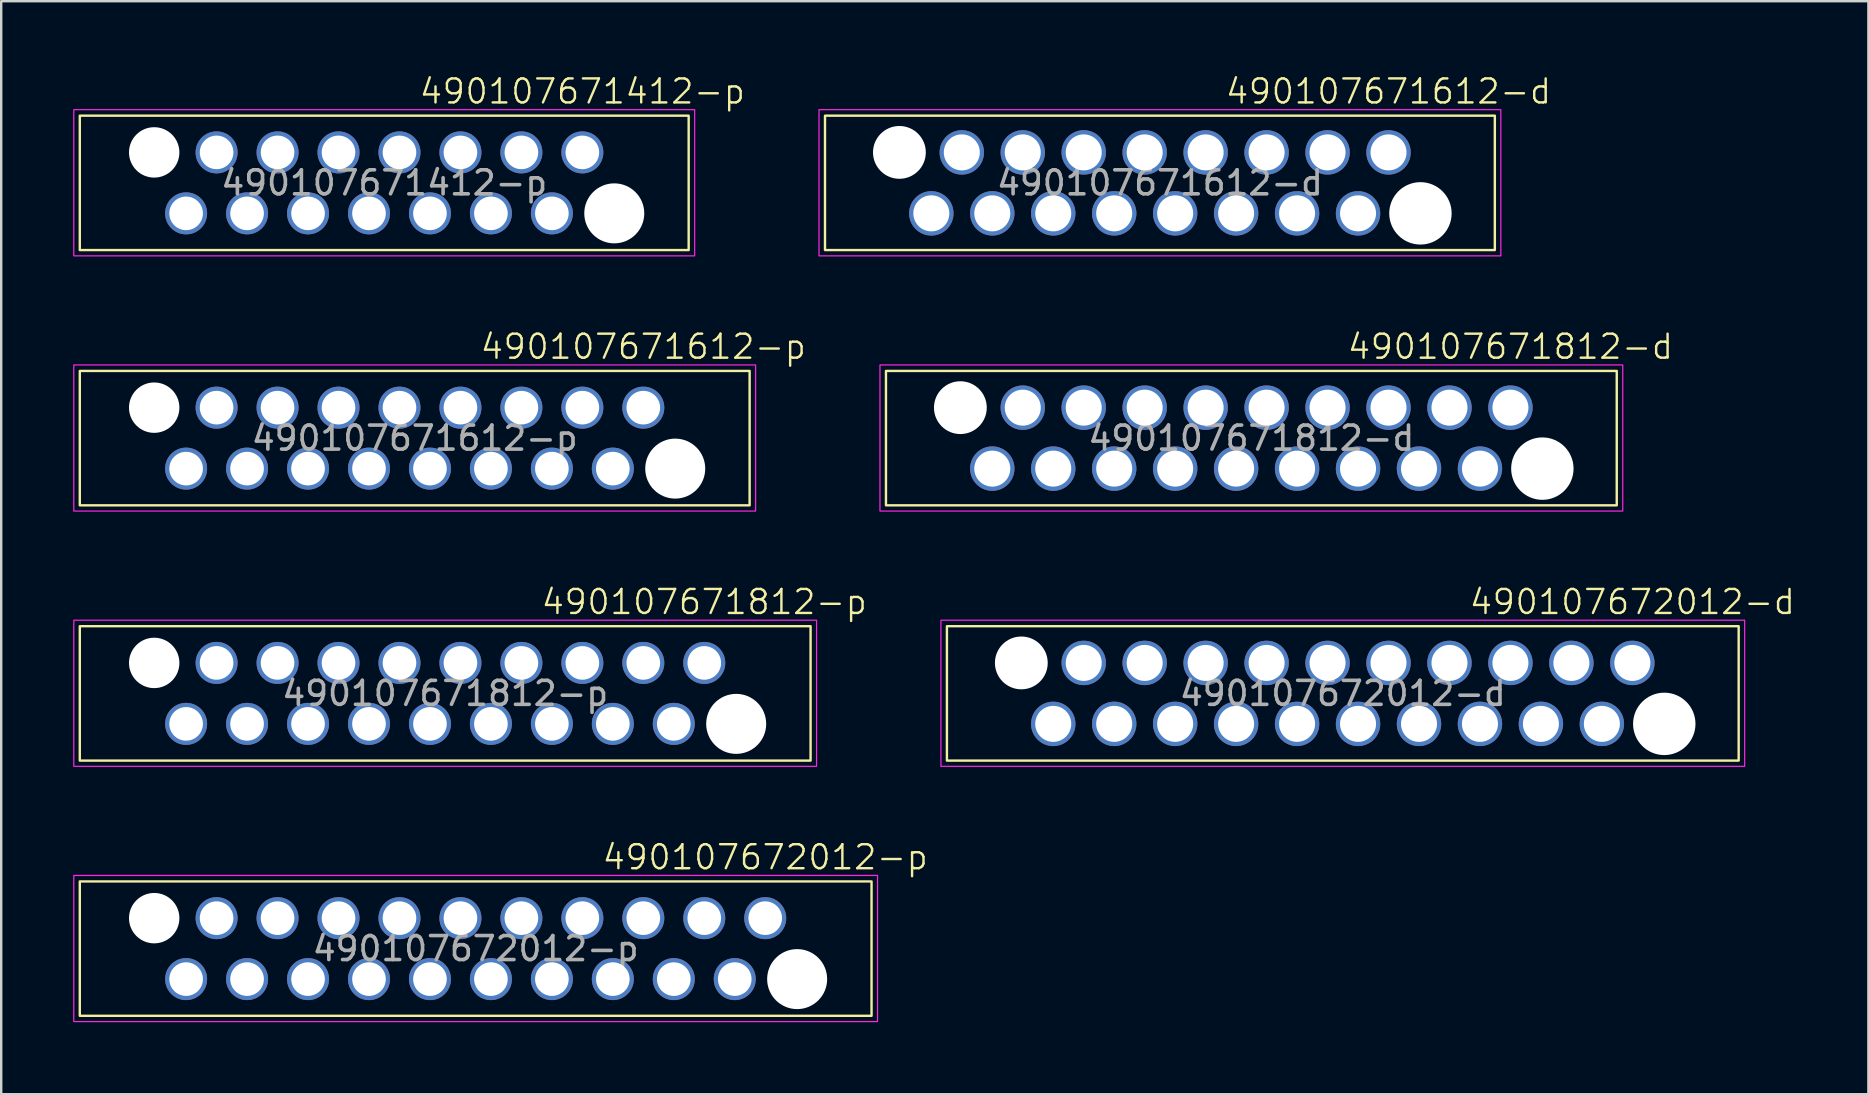
<source format=kicad_pcb>
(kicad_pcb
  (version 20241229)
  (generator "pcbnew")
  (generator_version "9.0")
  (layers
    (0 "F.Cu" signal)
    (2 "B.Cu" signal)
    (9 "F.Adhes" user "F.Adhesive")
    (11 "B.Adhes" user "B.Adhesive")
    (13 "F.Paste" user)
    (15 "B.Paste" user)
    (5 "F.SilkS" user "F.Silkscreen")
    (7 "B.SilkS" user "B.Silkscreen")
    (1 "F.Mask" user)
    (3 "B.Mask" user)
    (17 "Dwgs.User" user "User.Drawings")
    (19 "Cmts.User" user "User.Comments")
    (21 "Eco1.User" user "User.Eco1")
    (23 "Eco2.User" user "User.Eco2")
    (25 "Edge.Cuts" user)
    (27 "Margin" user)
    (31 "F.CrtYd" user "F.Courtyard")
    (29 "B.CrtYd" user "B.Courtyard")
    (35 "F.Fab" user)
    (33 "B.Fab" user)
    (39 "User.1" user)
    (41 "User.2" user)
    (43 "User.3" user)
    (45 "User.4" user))
  (footprint "490107672012-d"
    (layer "F.Cu")
    (at 64.966 24.572)
    (property "Reference" "490107672012-d" (at 0 -2.54 0) (unlocked yes) (layer "F.SilkS") (effects (font (size 1 1) (thickness 0.1))))
    (attr through_hole exclude_from_pos_files exclude_from_bom)
    (fp_rect (start -28.56 -1.53) (end 4.43 4.07) (stroke (width 0.1) (type default)) (fill no) (layer "F.SilkS"))
    (fp_rect (start -28.81 -1.78) (end 4.68 4.31) (stroke (width 0.05) (type default)) (fill no) (layer "F.CrtYd"))
    (fp_text user "${REFERENCE}" (at -12.065 1.27 0) (unlocked yes) (layer "F.Fab") (effects (font (size 1 1) (thickness 0.15))))
    (pad "" np_thru_hole circle (at -25.46 0) (size 2.2 2.2) (drill 2.2) (layers "*.Cu" "*.Mask"))
    (pad "" np_thru_hole circle (at 1.33 2.54) (size 2.6 2.6) (drill 2.6) (layers "*.Cu" "*.Mask"))
    (pad "1" thru_hole circle (at 0 0) (size 1.85 1.85) (drill 1.5) (layers "*.Cu" "*.Mask"))
    (pad "2" thru_hole circle (at -1.27 2.54) (size 1.85 1.85) (drill 1.5) (layers "*.Cu" "*.Mask"))
    (pad "3" thru_hole circle (at -2.54 0) (size 1.85 1.85) (drill 1.5) (layers "*.Cu" "*.Mask"))
    (pad "4" thru_hole circle (at -3.81 2.54) (size 1.85 1.85) (drill 1.5) (layers "*.Cu" "*.Mask"))
    (pad "5" thru_hole circle (at -5.08 0) (size 1.85 1.85) (drill 1.5) (layers "*.Cu" "*.Mask"))
    (pad "6" thru_hole circle (at -6.35 2.54) (size 1.85 1.85) (drill 1.5) (layers "*.Cu" "*.Mask"))
    (pad "7" thru_hole circle (at -7.62 0) (size 1.85 1.85) (drill 1.5) (layers "*.Cu" "*.Mask"))
    (pad "8" thru_hole circle (at -8.89 2.54) (size 1.85 1.85) (drill 1.5) (layers "*.Cu" "*.Mask"))
    (pad "9" thru_hole circle (at -10.16 0) (size 1.85 1.85) (drill 1.5) (layers "*.Cu" "*.Mask"))
    (pad "10" thru_hole circle (at -11.43 2.54) (size 1.85 1.85) (drill 1.5) (layers "*.Cu" "*.Mask"))
    (pad "11" thru_hole circle (at -12.7 0) (size 1.85 1.85) (drill 1.5) (layers "*.Cu" "*.Mask"))
    (pad "12" thru_hole circle (at -13.97 2.54) (size 1.85 1.85) (drill 1.5) (layers "*.Cu" "*.Mask"))
    (pad "13" thru_hole circle (at -15.24 0) (size 1.85 1.85) (drill 1.5) (layers "*.Cu" "*.Mask"))
    (pad "14" thru_hole circle (at -16.51 2.54) (size 1.85 1.85) (drill 1.5) (layers "*.Cu" "*.Mask"))
    (pad "15" thru_hole circle (at -17.78 0) (size 1.85 1.85) (drill 1.5) (layers "*.Cu" "*.Mask"))
    (pad "16" thru_hole circle (at -19.05 2.54) (size 1.85 1.85) (drill 1.5) (layers "*.Cu" "*.Mask"))
    (pad "17" thru_hole circle (at -20.32 0) (size 1.85 1.85) (drill 1.5) (layers "*.Cu" "*.Mask"))
    (pad "18" thru_hole circle (at -21.59 2.54) (size 1.85 1.85) (drill 1.5) (layers "*.Cu" "*.Mask"))
    (pad "19" thru_hole circle (at -22.86 0) (size 1.85 1.85) (drill 1.5) (layers "*.Cu" "*.Mask"))
    (pad "20" thru_hole circle (at -24.13 2.54) (size 1.85 1.85) (drill 1.5) (layers "*.Cu" "*.Mask")))
  (footprint "490107671612-p"
    (layer "F.Cu")
    (at 23.755 13.936)
    (property "Reference" "490107671612-p" (at 0 -2.54 0) (unlocked yes) (layer "F.SilkS") (effects (font (size 1 1) (thickness 0.1))))
    (attr through_hole exclude_from_pos_files exclude_from_bom)
    (fp_rect (start -23.48 -1.53) (end 4.43 4.07) (stroke (width 0.1) (type default)) (fill no) (layer "F.SilkS"))
    (fp_rect (start -23.73 -1.78) (end 4.68 4.31) (stroke (width 0.05) (type default)) (fill no) (layer "F.CrtYd"))
    (fp_text user "${REFERENCE}" (at -9.525 1.27 0) (unlocked yes) (layer "F.Fab") (effects (font (size 1 1) (thickness 0.15))))
    (pad "" np_thru_hole circle (at -20.38 0) (size 2.1 2.1) (drill 2.1) (layers "*.Cu" "*.Mask"))
    (pad "" np_thru_hole circle (at 1.33 2.54) (size 2.5 2.5) (drill 2.5) (layers "*.Cu" "*.Mask"))
    (pad "1" thru_hole circle (at 0 0) (size 1.75 1.75) (drill 1.4) (layers "*.Cu" "*.Mask"))
    (pad "2" thru_hole circle (at -1.27 2.54) (size 1.75 1.75) (drill 1.4) (layers "*.Cu" "*.Mask"))
    (pad "3" thru_hole circle (at -2.54 0) (size 1.75 1.75) (drill 1.4) (layers "*.Cu" "*.Mask"))
    (pad "4" thru_hole circle (at -3.81 2.54) (size 1.75 1.75) (drill 1.4) (layers "*.Cu" "*.Mask"))
    (pad "5" thru_hole circle (at -5.08 0) (size 1.75 1.75) (drill 1.4) (layers "*.Cu" "*.Mask"))
    (pad "6" thru_hole circle (at -6.35 2.54) (size 1.75 1.75) (drill 1.4) (layers "*.Cu" "*.Mask"))
    (pad "7" thru_hole circle (at -7.62 0) (size 1.75 1.75) (drill 1.4) (layers "*.Cu" "*.Mask"))
    (pad "8" thru_hole circle (at -8.89 2.54) (size 1.75 1.75) (drill 1.4) (layers "*.Cu" "*.Mask"))
    (pad "9" thru_hole circle (at -10.16 0) (size 1.75 1.75) (drill 1.4) (layers "*.Cu" "*.Mask"))
    (pad "10" thru_hole circle (at -11.43 2.54) (size 1.75 1.75) (drill 1.4) (layers "*.Cu" "*.Mask"))
    (pad "11" thru_hole circle (at -12.7 0) (size 1.75 1.75) (drill 1.4) (layers "*.Cu" "*.Mask"))
    (pad "12" thru_hole circle (at -13.97 2.54) (size 1.75 1.75) (drill 1.4) (layers "*.Cu" "*.Mask"))
    (pad "13" thru_hole circle (at -15.24 0) (size 1.75 1.75) (drill 1.4) (layers "*.Cu" "*.Mask"))
    (pad "14" thru_hole circle (at -16.51 2.54) (size 1.75 1.75) (drill 1.4) (layers "*.Cu" "*.Mask"))
    (pad "15" thru_hole circle (at -17.78 0) (size 1.75 1.75) (drill 1.4) (layers "*.Cu" "*.Mask"))
    (pad "16" thru_hole circle (at -19.05 2.54) (size 1.75 1.75) (drill 1.4) (layers "*.Cu" "*.Mask")))
  (footprint "490107671812-d"
    (layer "F.Cu")
    (at 59.886 13.936)
    (property "Reference" "490107671812-d" (at 0 -2.54 0) (unlocked yes) (layer "F.SilkS") (effects (font (size 1 1) (thickness 0.1))))
    (attr through_hole exclude_from_pos_files exclude_from_bom)
    (fp_rect (start -26.02 -1.53) (end 4.43 4.07) (stroke (width 0.1) (type default)) (fill no) (layer "F.SilkS"))
    (fp_rect (start -26.27 -1.78) (end 4.68 4.31) (stroke (width 0.05) (type default)) (fill no) (layer "F.CrtYd"))
    (fp_text user "${REFERENCE}" (at -10.795 1.27 0) (unlocked yes) (layer "F.Fab") (effects (font (size 1 1) (thickness 0.15))))
    (pad "" np_thru_hole circle (at -22.92 0) (size 2.2 2.2) (drill 2.2) (layers "*.Cu" "*.Mask"))
    (pad "" np_thru_hole circle (at 1.33 2.54) (size 2.6 2.6) (drill 2.6) (layers "*.Cu" "*.Mask"))
    (pad "1" thru_hole circle (at 0 0) (size 1.85 1.85) (drill 1.5) (layers "*.Cu" "*.Mask"))
    (pad "2" thru_hole circle (at -1.27 2.54) (size 1.85 1.85) (drill 1.5) (layers "*.Cu" "*.Mask"))
    (pad "3" thru_hole circle (at -2.54 0) (size 1.85 1.85) (drill 1.5) (layers "*.Cu" "*.Mask"))
    (pad "4" thru_hole circle (at -3.81 2.54) (size 1.85 1.85) (drill 1.5) (layers "*.Cu" "*.Mask"))
    (pad "5" thru_hole circle (at -5.08 0) (size 1.85 1.85) (drill 1.5) (layers "*.Cu" "*.Mask"))
    (pad "6" thru_hole circle (at -6.35 2.54) (size 1.85 1.85) (drill 1.5) (layers "*.Cu" "*.Mask"))
    (pad "7" thru_hole circle (at -7.62 0) (size 1.85 1.85) (drill 1.5) (layers "*.Cu" "*.Mask"))
    (pad "8" thru_hole circle (at -8.89 2.54) (size 1.85 1.85) (drill 1.5) (layers "*.Cu" "*.Mask"))
    (pad "9" thru_hole circle (at -10.16 0) (size 1.85 1.85) (drill 1.5) (layers "*.Cu" "*.Mask"))
    (pad "10" thru_hole circle (at -11.43 2.54) (size 1.85 1.85) (drill 1.5) (layers "*.Cu" "*.Mask"))
    (pad "11" thru_hole circle (at -12.7 0) (size 1.85 1.85) (drill 1.5) (layers "*.Cu" "*.Mask"))
    (pad "12" thru_hole circle (at -13.97 2.54) (size 1.85 1.85) (drill 1.5) (layers "*.Cu" "*.Mask"))
    (pad "13" thru_hole circle (at -15.24 0) (size 1.85 1.85) (drill 1.5) (layers "*.Cu" "*.Mask"))
    (pad "14" thru_hole circle (at -16.51 2.54) (size 1.85 1.85) (drill 1.5) (layers "*.Cu" "*.Mask"))
    (pad "15" thru_hole circle (at -17.78 0) (size 1.85 1.85) (drill 1.5) (layers "*.Cu" "*.Mask"))
    (pad "16" thru_hole circle (at -19.05 2.54) (size 1.85 1.85) (drill 1.5) (layers "*.Cu" "*.Mask"))
    (pad "17" thru_hole circle (at -20.32 0) (size 1.85 1.85) (drill 1.5) (layers "*.Cu" "*.Mask"))
    (pad "18" thru_hole circle (at -21.59 2.54) (size 1.85 1.85) (drill 1.5) (layers "*.Cu" "*.Mask")))
  (footprint "490107671812-p"
    (layer "F.Cu")
    (at 26.295 24.572)
    (property "Reference" "490107671812-p" (at 0 -2.54 0) (unlocked yes) (layer "F.SilkS") (effects (font (size 1 1) (thickness 0.1))))
    (attr through_hole exclude_from_pos_files exclude_from_bom)
    (fp_rect (start -26.02 -1.53) (end 4.43 4.07) (stroke (width 0.1) (type default)) (fill no) (layer "F.SilkS"))
    (fp_rect (start -26.27 -1.78) (end 4.68 4.31) (stroke (width 0.05) (type default)) (fill no) (layer "F.CrtYd"))
    (fp_text user "${REFERENCE}" (at -10.795 1.27 0) (unlocked yes) (layer "F.Fab") (effects (font (size 1 1) (thickness 0.15))))
    (pad "" np_thru_hole circle (at -22.92 0) (size 2.1 2.1) (drill 2.1) (layers "*.Cu" "*.Mask"))
    (pad "" np_thru_hole circle (at 1.33 2.54) (size 2.5 2.5) (drill 2.5) (layers "*.Cu" "*.Mask"))
    (pad "1" thru_hole circle (at 0 0) (size 1.75 1.75) (drill 1.4) (layers "*.Cu" "*.Mask"))
    (pad "2" thru_hole circle (at -1.27 2.54) (size 1.75 1.75) (drill 1.4) (layers "*.Cu" "*.Mask"))
    (pad "3" thru_hole circle (at -2.54 0) (size 1.75 1.75) (drill 1.4) (layers "*.Cu" "*.Mask"))
    (pad "4" thru_hole circle (at -3.81 2.54) (size 1.75 1.75) (drill 1.4) (layers "*.Cu" "*.Mask"))
    (pad "5" thru_hole circle (at -5.08 0) (size 1.75 1.75) (drill 1.4) (layers "*.Cu" "*.Mask"))
    (pad "6" thru_hole circle (at -6.35 2.54) (size 1.75 1.75) (drill 1.4) (layers "*.Cu" "*.Mask"))
    (pad "7" thru_hole circle (at -7.62 0) (size 1.75 1.75) (drill 1.4) (layers "*.Cu" "*.Mask"))
    (pad "8" thru_hole circle (at -8.89 2.54) (size 1.75 1.75) (drill 1.4) (layers "*.Cu" "*.Mask"))
    (pad "9" thru_hole circle (at -10.16 0) (size 1.75 1.75) (drill 1.4) (layers "*.Cu" "*.Mask"))
    (pad "10" thru_hole circle (at -11.43 2.54) (size 1.75 1.75) (drill 1.4) (layers "*.Cu" "*.Mask"))
    (pad "11" thru_hole circle (at -12.7 0) (size 1.75 1.75) (drill 1.4) (layers "*.Cu" "*.Mask"))
    (pad "12" thru_hole circle (at -13.97 2.54) (size 1.75 1.75) (drill 1.4) (layers "*.Cu" "*.Mask"))
    (pad "13" thru_hole circle (at -15.24 0) (size 1.75 1.75) (drill 1.4) (layers "*.Cu" "*.Mask"))
    (pad "14" thru_hole circle (at -16.51 2.54) (size 1.75 1.75) (drill 1.4) (layers "*.Cu" "*.Mask"))
    (pad "15" thru_hole circle (at -17.78 0) (size 1.75 1.75) (drill 1.4) (layers "*.Cu" "*.Mask"))
    (pad "16" thru_hole circle (at -19.05 2.54) (size 1.75 1.75) (drill 1.4) (layers "*.Cu" "*.Mask"))
    (pad "17" thru_hole circle (at -20.32 0) (size 1.75 1.75) (drill 1.4) (layers "*.Cu" "*.Mask"))
    (pad "18" thru_hole circle (at -21.59 2.54) (size 1.75 1.75) (drill 1.4) (layers "*.Cu" "*.Mask")))
  (footprint "490107671612-d"
    (layer "F.Cu")
    (at 54.806 3.3)
    (property "Reference" "490107671612-d" (at 0 -2.54 0) (unlocked yes) (layer "F.SilkS") (effects (font (size 1 1) (thickness 0.1))))
    (attr through_hole exclude_from_pos_files exclude_from_bom)
    (fp_rect (start -23.48 -1.53) (end 4.43 4.07) (stroke (width 0.1) (type default)) (fill no) (layer "F.SilkS"))
    (fp_rect (start -23.73 -1.78) (end 4.68 4.31) (stroke (width 0.05) (type default)) (fill no) (layer "F.CrtYd"))
    (fp_text user "${REFERENCE}" (at -9.525 1.27 0) (unlocked yes) (layer "F.Fab") (effects (font (size 1 1) (thickness 0.15))))
    (pad "" np_thru_hole circle (at -20.38 0) (size 2.2 2.2) (drill 2.2) (layers "*.Cu" "*.Mask"))
    (pad "" np_thru_hole circle (at 1.33 2.54) (size 2.6 2.6) (drill 2.6) (layers "*.Cu" "*.Mask"))
    (pad "1" thru_hole circle (at 0 0) (size 1.85 1.85) (drill 1.5) (layers "*.Cu" "*.Mask"))
    (pad "2" thru_hole circle (at -1.27 2.54) (size 1.85 1.85) (drill 1.5) (layers "*.Cu" "*.Mask"))
    (pad "3" thru_hole circle (at -2.54 0) (size 1.85 1.85) (drill 1.5) (layers "*.Cu" "*.Mask"))
    (pad "4" thru_hole circle (at -3.81 2.54) (size 1.85 1.85) (drill 1.5) (layers "*.Cu" "*.Mask"))
    (pad "5" thru_hole circle (at -5.08 0) (size 1.85 1.85) (drill 1.5) (layers "*.Cu" "*.Mask"))
    (pad "6" thru_hole circle (at -6.35 2.54) (size 1.85 1.85) (drill 1.5) (layers "*.Cu" "*.Mask"))
    (pad "7" thru_hole circle (at -7.62 0) (size 1.85 1.85) (drill 1.5) (layers "*.Cu" "*.Mask"))
    (pad "8" thru_hole circle (at -8.89 2.54) (size 1.85 1.85) (drill 1.5) (layers "*.Cu" "*.Mask"))
    (pad "9" thru_hole circle (at -10.16 0) (size 1.85 1.85) (drill 1.5) (layers "*.Cu" "*.Mask"))
    (pad "10" thru_hole circle (at -11.43 2.54) (size 1.85 1.85) (drill 1.5) (layers "*.Cu" "*.Mask"))
    (pad "11" thru_hole circle (at -12.7 0) (size 1.85 1.85) (drill 1.5) (layers "*.Cu" "*.Mask"))
    (pad "12" thru_hole circle (at -13.97 2.54) (size 1.85 1.85) (drill 1.5) (layers "*.Cu" "*.Mask"))
    (pad "13" thru_hole circle (at -15.24 0) (size 1.85 1.85) (drill 1.5) (layers "*.Cu" "*.Mask"))
    (pad "14" thru_hole circle (at -16.51 2.54) (size 1.85 1.85) (drill 1.5) (layers "*.Cu" "*.Mask"))
    (pad "15" thru_hole circle (at -17.78 0) (size 1.85 1.85) (drill 1.5) (layers "*.Cu" "*.Mask"))
    (pad "16" thru_hole circle (at -19.05 2.54) (size 1.85 1.85) (drill 1.5) (layers "*.Cu" "*.Mask")))
  (footprint "490107671412-p"
    (layer "F.Cu")
    (at 21.215 3.3)
    (property "Reference" "490107671412-p" (at 0 -2.54 0) (unlocked yes) (layer "F.SilkS") (effects (font (size 1 1) (thickness 0.1))))
    (attr through_hole exclude_from_pos_files exclude_from_bom)
    (fp_rect (start -20.94 -1.53) (end 4.43 4.07) (stroke (width 0.1) (type default)) (fill no) (layer "F.SilkS"))
    (fp_rect (start -21.19 -1.78) (end 4.68 4.31) (stroke (width 0.05) (type default)) (fill no) (layer "F.CrtYd"))
    (fp_text user "${REFERENCE}" (at -8.255 1.27 0) (unlocked yes) (layer "F.Fab") (effects (font (size 1 1) (thickness 0.15))))
    (pad "" np_thru_hole circle (at -17.84 0) (size 2.1 2.1) (drill 2.1) (layers "*.Cu" "*.Mask"))
    (pad "" np_thru_hole circle (at 1.33 2.54) (size 2.5 2.5) (drill 2.5) (layers "*.Cu" "*.Mask"))
    (pad "1" thru_hole circle (at 0 0) (size 1.75 1.75) (drill 1.4) (layers "*.Cu" "*.Mask"))
    (pad "2" thru_hole circle (at -1.27 2.54) (size 1.75 1.75) (drill 1.4) (layers "*.Cu" "*.Mask"))
    (pad "3" thru_hole circle (at -2.54 0) (size 1.75 1.75) (drill 1.4) (layers "*.Cu" "*.Mask"))
    (pad "4" thru_hole circle (at -3.81 2.54) (size 1.75 1.75) (drill 1.4) (layers "*.Cu" "*.Mask"))
    (pad "5" thru_hole circle (at -5.08 0) (size 1.75 1.75) (drill 1.4) (layers "*.Cu" "*.Mask"))
    (pad "6" thru_hole circle (at -6.35 2.54) (size 1.75 1.75) (drill 1.4) (layers "*.Cu" "*.Mask"))
    (pad "7" thru_hole circle (at -7.62 0) (size 1.75 1.75) (drill 1.4) (layers "*.Cu" "*.Mask"))
    (pad "8" thru_hole circle (at -8.89 2.54) (size 1.75 1.75) (drill 1.4) (layers "*.Cu" "*.Mask"))
    (pad "9" thru_hole circle (at -10.16 0) (size 1.75 1.75) (drill 1.4) (layers "*.Cu" "*.Mask"))
    (pad "10" thru_hole circle (at -11.43 2.54) (size 1.75 1.75) (drill 1.4) (layers "*.Cu" "*.Mask"))
    (pad "11" thru_hole circle (at -12.7 0) (size 1.75 1.75) (drill 1.4) (layers "*.Cu" "*.Mask"))
    (pad "12" thru_hole circle (at -13.97 2.54) (size 1.75 1.75) (drill 1.4) (layers "*.Cu" "*.Mask"))
    (pad "13" thru_hole circle (at -15.24 0) (size 1.75 1.75) (drill 1.4) (layers "*.Cu" "*.Mask"))
    (pad "14" thru_hole circle (at -16.51 2.54) (size 1.75 1.75) (drill 1.4) (layers "*.Cu" "*.Mask")))
  (footprint "490107672012-p"
    (layer "F.Cu")
    (at 28.835 35.207)
    (property "Reference" "490107672012-p" (at 0 -2.54 0) (unlocked yes) (layer "F.SilkS") (effects (font (size 1 1) (thickness 0.1))))
    (attr through_hole exclude_from_pos_files exclude_from_bom)
    (fp_rect (start -28.56 -1.53) (end 4.43 4.07) (stroke (width 0.1) (type default)) (fill no) (layer "F.SilkS"))
    (fp_rect (start -28.81 -1.78) (end 4.68 4.31) (stroke (width 0.05) (type default)) (fill no) (layer "F.CrtYd"))
    (fp_text user "${REFERENCE}" (at -12.065 1.27 0) (unlocked yes) (layer "F.Fab") (effects (font (size 1 1) (thickness 0.15))))
    (pad "" np_thru_hole circle (at -25.46 0) (size 2.1 2.1) (drill 2.1) (layers "*.Cu" "*.Mask"))
    (pad "" np_thru_hole circle (at 1.33 2.54) (size 2.5 2.5) (drill 2.5) (layers "*.Cu" "*.Mask"))
    (pad "1" thru_hole circle (at 0 0) (size 1.75 1.75) (drill 1.4) (layers "*.Cu" "*.Mask"))
    (pad "2" thru_hole circle (at -1.27 2.54) (size 1.75 1.75) (drill 1.4) (layers "*.Cu" "*.Mask"))
    (pad "3" thru_hole circle (at -2.54 0) (size 1.75 1.75) (drill 1.4) (layers "*.Cu" "*.Mask"))
    (pad "4" thru_hole circle (at -3.81 2.54) (size 1.75 1.75) (drill 1.4) (layers "*.Cu" "*.Mask"))
    (pad "5" thru_hole circle (at -5.08 0) (size 1.75 1.75) (drill 1.4) (layers "*.Cu" "*.Mask"))
    (pad "6" thru_hole circle (at -6.35 2.54) (size 1.75 1.75) (drill 1.4) (layers "*.Cu" "*.Mask"))
    (pad "7" thru_hole circle (at -7.62 0) (size 1.75 1.75) (drill 1.4) (layers "*.Cu" "*.Mask"))
    (pad "8" thru_hole circle (at -8.89 2.54) (size 1.75 1.75) (drill 1.4) (layers "*.Cu" "*.Mask"))
    (pad "9" thru_hole circle (at -10.16 0) (size 1.75 1.75) (drill 1.4) (layers "*.Cu" "*.Mask"))
    (pad "10" thru_hole circle (at -11.43 2.54) (size 1.75 1.75) (drill 1.4) (layers "*.Cu" "*.Mask"))
    (pad "11" thru_hole circle (at -12.7 0) (size 1.75 1.75) (drill 1.4) (layers "*.Cu" "*.Mask"))
    (pad "12" thru_hole circle (at -13.97 2.54) (size 1.75 1.75) (drill 1.4) (layers "*.Cu" "*.Mask"))
    (pad "13" thru_hole circle (at -15.24 0) (size 1.75 1.75) (drill 1.4) (layers "*.Cu" "*.Mask"))
    (pad "14" thru_hole circle (at -16.51 2.54) (size 1.75 1.75) (drill 1.4) (layers "*.Cu" "*.Mask"))
    (pad "15" thru_hole circle (at -17.78 0) (size 1.75 1.75) (drill 1.4) (layers "*.Cu" "*.Mask"))
    (pad "16" thru_hole circle (at -19.05 2.54) (size 1.75 1.75) (drill 1.4) (layers "*.Cu" "*.Mask"))
    (pad "17" thru_hole circle (at -20.32 0) (size 1.75 1.75) (drill 1.4) (layers "*.Cu" "*.Mask"))
    (pad "18" thru_hole circle (at -21.59 2.54) (size 1.75 1.75) (drill 1.4) (layers "*.Cu" "*.Mask"))
    (pad "19" thru_hole circle (at -22.86 0) (size 1.75 1.75) (drill 1.4) (layers "*.Cu" "*.Mask"))
    (pad "20" thru_hole circle (at -24.13 2.54) (size 1.75 1.75) (drill 1.4) (layers "*.Cu" "*.Mask")))
  (gr_rect
    (start -3 -3)
    (end 74.801 42.542)
    (stroke (width 0.1) (type default))
    (fill no)
    (layer "Edge.Cuts")))
</source>
